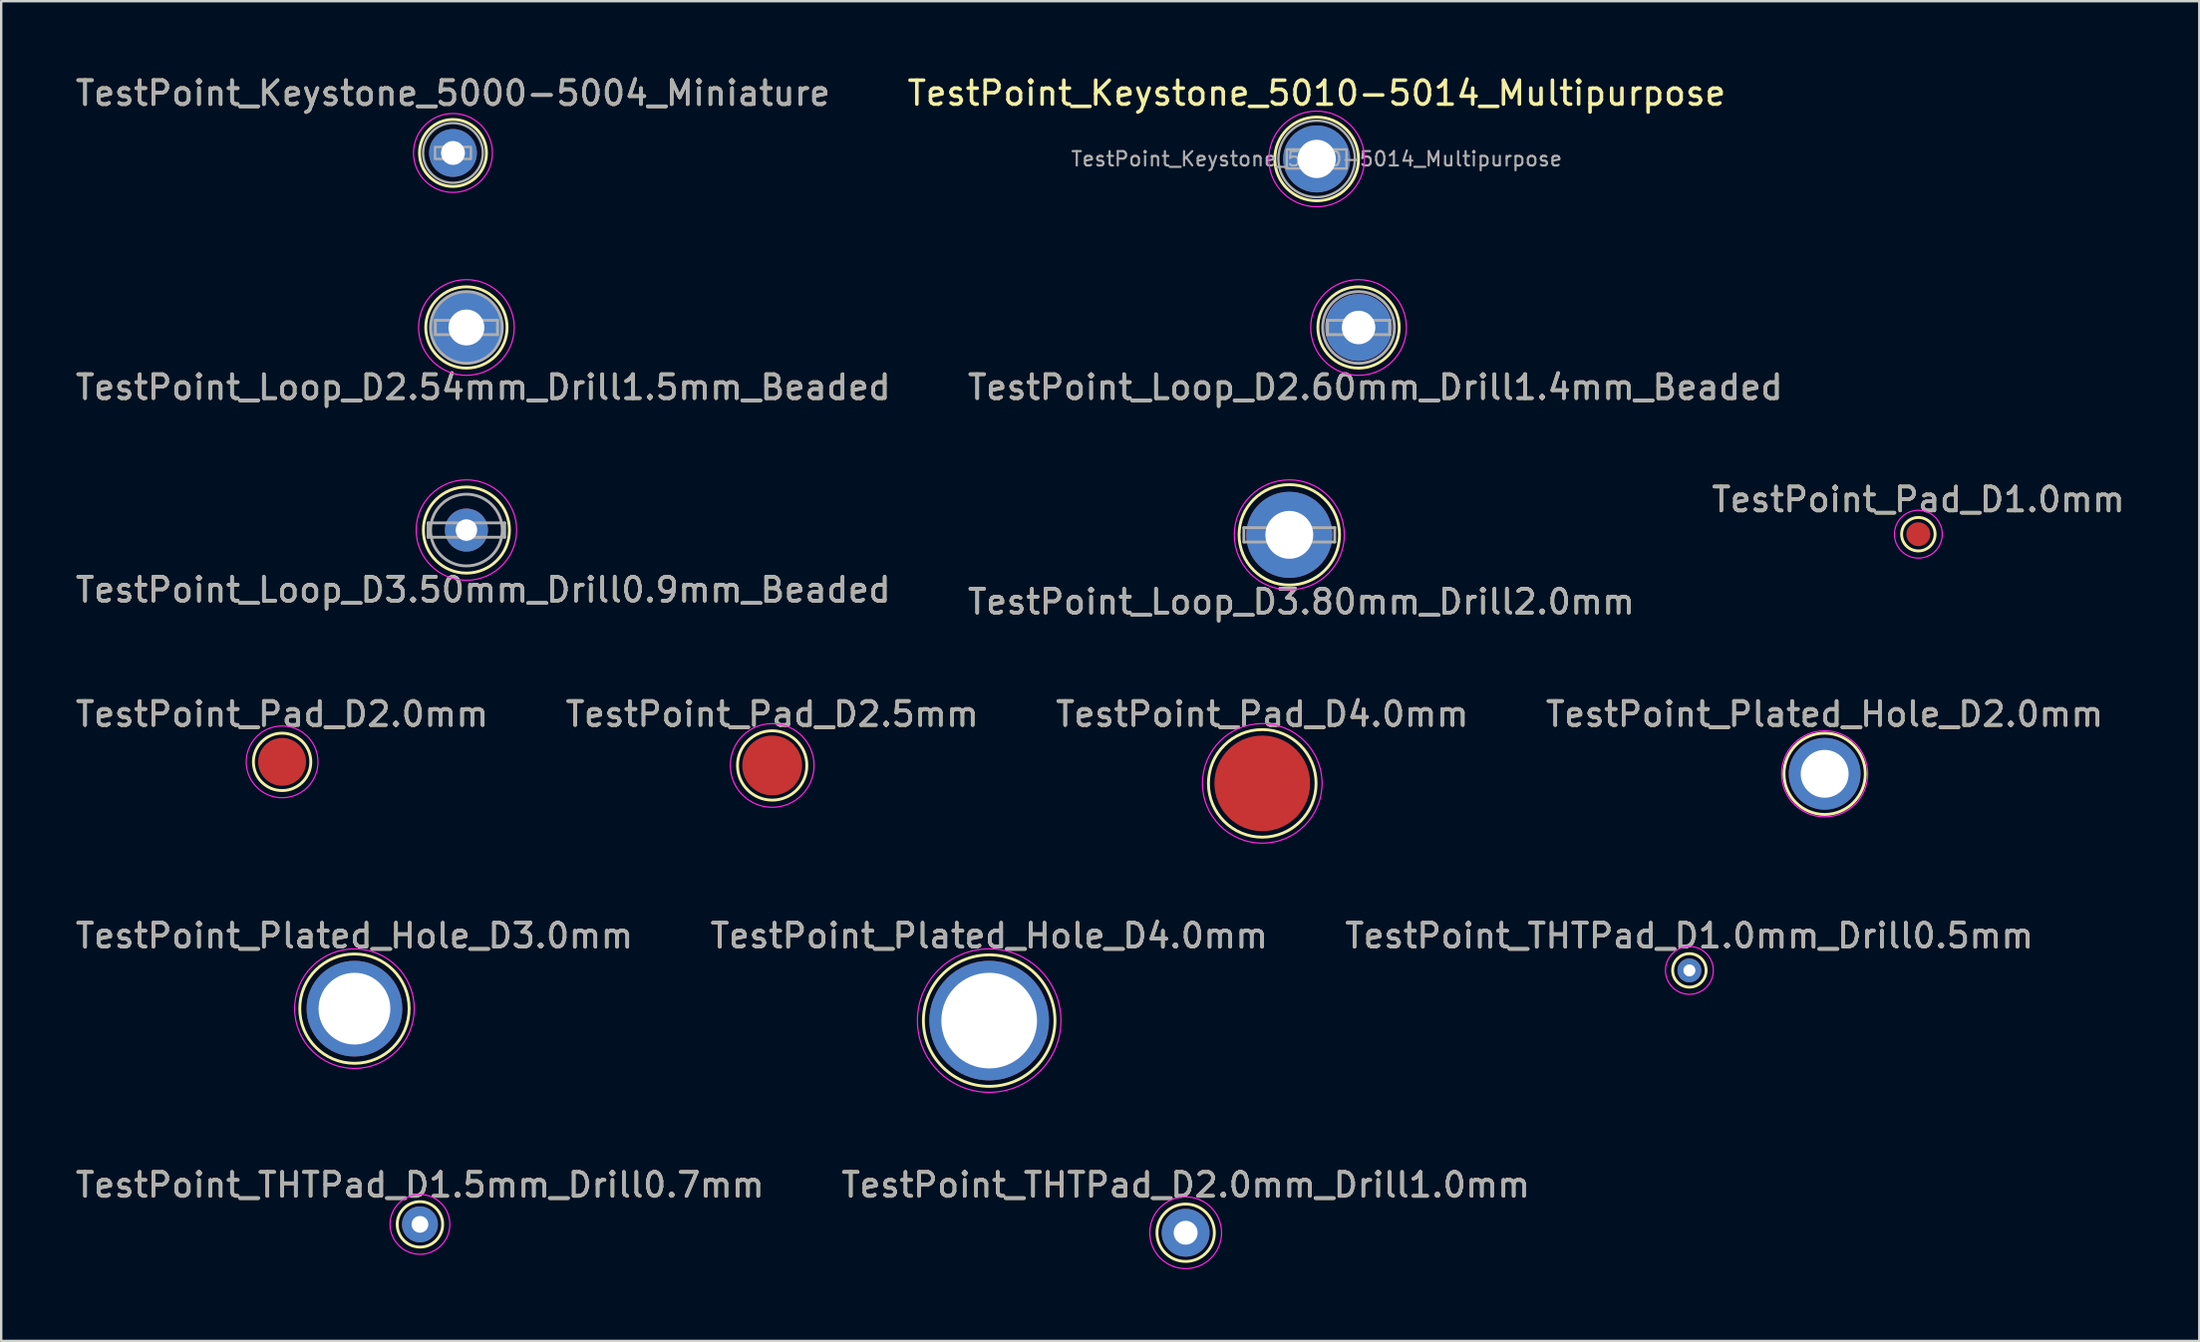
<source format=kicad_pcb>
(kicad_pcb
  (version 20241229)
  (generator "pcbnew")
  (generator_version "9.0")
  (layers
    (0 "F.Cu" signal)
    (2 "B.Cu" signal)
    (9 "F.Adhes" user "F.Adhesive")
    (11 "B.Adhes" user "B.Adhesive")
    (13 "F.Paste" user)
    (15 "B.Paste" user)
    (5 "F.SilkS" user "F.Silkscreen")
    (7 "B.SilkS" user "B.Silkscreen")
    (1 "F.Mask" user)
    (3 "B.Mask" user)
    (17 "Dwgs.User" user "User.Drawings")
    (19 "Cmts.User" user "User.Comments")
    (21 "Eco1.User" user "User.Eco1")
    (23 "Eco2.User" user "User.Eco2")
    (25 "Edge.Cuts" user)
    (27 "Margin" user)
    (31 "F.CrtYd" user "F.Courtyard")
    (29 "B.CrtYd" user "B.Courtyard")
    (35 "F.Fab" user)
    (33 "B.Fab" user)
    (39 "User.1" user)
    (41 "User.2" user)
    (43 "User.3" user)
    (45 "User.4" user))
  (footprint "TestPoint_Loop_D3.50mm_Drill0.9mm_Beaded"
    (layer "F.Cu")
    (at 16.449 19.122)
    (property "Reference" "TestPoint_Loop_D3.50mm_Drill0.9mm_Beaded" (at 0.7 2.5 0) (layer "F.SilkS") (effects (font (size 1 1) (thickness 0.15))))
    (attr through_hole)
    (fp_circle (center 0 0) (end 1.8 0) (stroke (width 0.12) (type solid)) (fill no) (layer "F.SilkS"))
    (fp_circle (center 0 0) (end 2.1 0) (stroke (width 0.05) (type solid)) (fill no) (layer "F.CrtYd"))
    (fp_line (start -1.6 -0.3) (end -1.6 0.3) (stroke (width 0.12) (type solid)) (layer "F.Fab"))
    (fp_line (start -1.6 0.3) (end 1.6 0.3) (stroke (width 0.12) (type solid)) (layer "F.Fab"))
    (fp_line (start 1.6 -0.3) (end -1.6 -0.3) (stroke (width 0.12) (type solid)) (layer "F.Fab"))
    (fp_line (start 1.6 0.3) (end 1.6 -0.3) (stroke (width 0.12) (type solid)) (layer "F.Fab"))
    (fp_circle (center 0 0) (end 1.5 0) (stroke (width 0.12) (type solid)) (fill no) (layer "F.Fab"))
    (fp_text user "${REFERENCE}" (at 0.7 2.5 0) (layer "F.Fab") (effects (font (size 1 1) (thickness 0.15))))
    (pad "1" thru_hole circle (at 0 0) (size 1.8 1.8) (drill 0.9) (layers "*.Cu" "*.Mask")))
  (footprint "TestPoint_Pad_D2.0mm"
    (layer "F.Cu")
    (at 8.744 28.818)
    (property "Reference" "TestPoint_Pad_D2.0mm" (at 0 -1.998 0) (layer "F.SilkS") (effects (font (size 1 1) (thickness 0.15))))
    (attr exclude_from_pos_files exclude_from_bom)
    (fp_circle (center 0 0) (end 0 1.2) (stroke (width 0.12) (type solid)) (fill no) (layer "F.SilkS"))
    (fp_circle (center 0 0) (end 1.5 0) (stroke (width 0.05) (type solid)) (fill no) (layer "F.CrtYd"))
    (fp_text user "${REFERENCE}" (at 0 -2 0) (layer "F.Fab") (effects (font (size 1 1) (thickness 0.15))))
    (pad "1" smd circle (at 0 0) (size 2 2) (layers "F.Cu" "F.Mask")))
  (footprint "TestPoint_Loop_D2.54mm_Drill1.5mm_Beaded"
    (layer "F.Cu")
    (at 16.449 10.648)
    (property "Reference" "TestPoint_Loop_D2.54mm_Drill1.5mm_Beaded" (at 0.7 2.5 0) (layer "F.SilkS") (effects (font (size 1 1) (thickness 0.15))))
    (attr through_hole)
    (fp_circle (center 0 0) (end 1.7 0) (stroke (width 0.12) (type solid)) (fill no) (layer "F.SilkS"))
    (fp_circle (center 0 0) (end 2 0) (stroke (width 0.05) (type solid)) (fill no) (layer "F.CrtYd"))
    (fp_line (start -1.3 -0.3) (end -1.3 0.3) (stroke (width 0.12) (type solid)) (layer "F.Fab"))
    (fp_line (start -1.3 0.3) (end 1.3 0.3) (stroke (width 0.12) (type solid)) (layer "F.Fab"))
    (fp_line (start 1.3 -0.3) (end -1.3 -0.3) (stroke (width 0.12) (type solid)) (layer "F.Fab"))
    (fp_line (start 1.3 0.3) (end 1.3 -0.3) (stroke (width 0.12) (type solid)) (layer "F.Fab"))
    (fp_circle (center 0 0) (end 1.5 0) (stroke (width 0.12) (type solid)) (fill no) (layer "F.Fab"))
    (fp_text user "${REFERENCE}" (at 0.7 2.5 0) (layer "F.Fab") (effects (font (size 1 1) (thickness 0.15))))
    (pad "1" thru_hole circle (at 0 0) (size 3 3) (drill 1.5) (layers "*.Cu" "*.Mask")))
  (footprint "TestPoint_Plated_Hole_D3.0mm"
    (layer "F.Cu")
    (at 11.768 39.141)
    (property "Reference" "TestPoint_Plated_Hole_D3.0mm" (at 0 -3.048 0) (layer "F.SilkS") (effects (font (size 1 1) (thickness 0.15))))
    (attr exclude_from_pos_files exclude_from_bom)
    (fp_circle (center 0 0) (end 0 -2.286) (stroke (width 0.12) (type solid)) (fill no) (layer "F.SilkS"))
    (fp_circle (center 0 0) (end 2.5 0) (stroke (width 0.05) (type solid)) (fill no) (layer "F.CrtYd"))
    (fp_text user "${REFERENCE}" (at 0 -3.05 0) (layer "F.Fab") (effects (font (size 1 1) (thickness 0.15))))
    (pad "1" thru_hole circle (at 0 0) (size 4 4) (drill 3) (layers "*.Cu" "*.Mask")))
  (footprint "TestPoint_Keystone_5000-5004_Miniature"
    (layer "F.Cu")
    (at 15.887 3.348)
    (property "Reference" "TestPoint_Keystone_5000-5004_Miniature" (at 0 -2.5 0) (layer "F.SilkS") (effects (font (size 1 1) (thickness 0.15))))
    (attr through_hole)
    (fp_circle (center 0 0) (end 1.4 0) (stroke (width 0.12) (type solid)) (fill no) (layer "F.SilkS"))
    (fp_circle (center 0 0) (end 1.65 0) (stroke (width 0.05) (type solid)) (fill no) (layer "F.CrtYd"))
    (fp_rect (start -0.75 -0.25) (end 0.75 0.25) (stroke (width 0.1) (type default)) (fill no) (layer "F.Fab"))
    (fp_circle (center 0 0) (end 1.25 0) (stroke (width 0.1) (type solid)) (fill no) (layer "F.Fab"))
    (fp_text user "${REFERENCE}" (at 0 -2.5 0) (layer "F.Fab") (effects (font (size 1 1) (thickness 0.15))))
    (pad "1" thru_hole circle (at 0 0) (size 2 2) (drill 1) (layers "*.Cu" "*.Mask")))
  (footprint "TestPoint_Loop_D2.60mm_Drill1.4mm_Beaded"
    (layer "F.Cu")
    (at 53.746 10.648)
    (property "Reference" "TestPoint_Loop_D2.60mm_Drill1.4mm_Beaded" (at 0.7 2.5 0) (layer "F.SilkS") (effects (font (size 1 1) (thickness 0.15))))
    (attr through_hole)
    (fp_circle (center 0 0) (end 1.7 0) (stroke (width 0.12) (type solid)) (fill no) (layer "F.SilkS"))
    (fp_circle (center 0 0) (end 2 0) (stroke (width 0.05) (type solid)) (fill no) (layer "F.CrtYd"))
    (fp_line (start -1.3 -0.3) (end -1.3 0.3) (stroke (width 0.12) (type solid)) (layer "F.Fab"))
    (fp_line (start -1.3 0.3) (end 1.3 0.3) (stroke (width 0.12) (type solid)) (layer "F.Fab"))
    (fp_line (start 1.3 -0.3) (end -1.3 -0.3) (stroke (width 0.12) (type solid)) (layer "F.Fab"))
    (fp_line (start 1.3 0.3) (end 1.3 -0.3) (stroke (width 0.12) (type solid)) (layer "F.Fab"))
    (fp_circle (center 0 0) (end 1.5 0) (stroke (width 0.12) (type solid)) (fill no) (layer "F.Fab"))
    (fp_text user "${REFERENCE}" (at 0.7 2.5 0) (layer "F.Fab") (effects (font (size 1 1) (thickness 0.15))))
    (pad "1" thru_hole circle (at 0 0) (size 2.8 2.8) (drill 1.4) (layers "*.Cu" "*.Mask")))
  (footprint "TestPoint_Pad_D2.5mm"
    (layer "F.Cu")
    (at 29.232 28.968)
    (property "Reference" "TestPoint_Pad_D2.5mm" (at 0 -2.148 0) (layer "F.SilkS") (effects (font (size 1 1) (thickness 0.15))))
    (attr exclude_from_pos_files exclude_from_bom)
    (fp_circle (center 0 0) (end 0 1.45) (stroke (width 0.12) (type solid)) (fill no) (layer "F.SilkS"))
    (fp_circle (center 0 0) (end 1.75 0) (stroke (width 0.05) (type solid)) (fill no) (layer "F.CrtYd"))
    (fp_text user "${REFERENCE}" (at 0 -2.15 0) (layer "F.Fab") (effects (font (size 1 1) (thickness 0.15))))
    (pad "1" smd circle (at 0 0) (size 2.5 2.5) (layers "F.Cu" "F.Mask")))
  (footprint "TestPoint_THTPad_D1.0mm_Drill0.5mm"
    (layer "F.Cu")
    (at 67.577 37.541)
    (property "Reference" "TestPoint_THTPad_D1.0mm_Drill0.5mm" (at 0 -1.448 0) (layer "F.SilkS") (effects (font (size 1 1) (thickness 0.15))))
    (attr exclude_from_pos_files exclude_from_bom)
    (fp_circle (center 0 0) (end 0 0.7) (stroke (width 0.12) (type solid)) (fill no) (layer "F.SilkS"))
    (fp_circle (center 0 0) (end 1 0) (stroke (width 0.05) (type solid)) (fill no) (layer "F.CrtYd"))
    (fp_text user "${REFERENCE}" (at 0 -1.45 0) (layer "F.Fab") (effects (font (size 1 1) (thickness 0.15))))
    (pad "1" thru_hole circle (at 0 0) (size 1 1) (drill 0.5) (layers "*.Cu" "*.Mask")))
  (footprint "TestPoint_Plated_Hole_D4.0mm"
    (layer "F.Cu")
    (at 38.304 39.641)
    (property "Reference" "TestPoint_Plated_Hole_D4.0mm" (at 0 -3.548 0) (layer "F.SilkS") (effects (font (size 1 1) (thickness 0.15))))
    (attr exclude_from_pos_files exclude_from_bom)
    (fp_circle (center 0 0) (end 0 2.75) (stroke (width 0.12) (type solid)) (fill no) (layer "F.SilkS"))
    (fp_circle (center 0 0) (end 3 0) (stroke (width 0.05) (type solid)) (fill no) (layer "F.CrtYd"))
    (fp_text user "${REFERENCE}" (at 0 -3.55 0) (layer "F.Fab") (effects (font (size 1 1) (thickness 0.15))))
    (pad "1" thru_hole circle (at 0 0) (size 5 5) (drill 4) (layers "*.Cu" "*.Mask")))
  (footprint "TestPoint_Keystone_5010-5014_Multipurpose"
    (layer "F.Cu")
    (at 51.994 3.598)
    (property "Reference" "TestPoint_Keystone_5010-5014_Multipurpose" (at 0 -2.75 0) (layer "F.SilkS") (effects (font (size 1 1) (thickness 0.15))))
    (attr through_hole)
    (fp_circle (center 0 0) (end 1.75 0) (stroke (width 0.12) (type solid)) (fill no) (layer "F.SilkS"))
    (fp_circle (center 0 0) (end 2 0) (stroke (width 0.05) (type solid)) (fill no) (layer "F.CrtYd"))
    (fp_rect (start -1.25 -0.4) (end 1.25 0.4) (stroke (width 0.1) (type default)) (fill no) (layer "F.Fab"))
    (fp_circle (center 0 0) (end 1.6 0) (stroke (width 0.1) (type solid)) (fill no) (layer "F.Fab"))
    (fp_text user "${REFERENCE}" (at 0 0 0) (layer "F.Fab") (effects (font (size 0.6 0.6) (thickness 0.09))))
    (pad "1" thru_hole circle (at 0 0) (size 2.8 2.8) (drill 1.6) (layers "*.Cu" "*.Mask")))
  (footprint "TestPoint_Pad_D4.0mm"
    (layer "F.Cu")
    (at 49.72 29.718)
    (property "Reference" "TestPoint_Pad_D4.0mm" (at 0 -2.898 0) (layer "F.SilkS") (effects (font (size 1 1) (thickness 0.15))))
    (attr exclude_from_pos_files exclude_from_bom)
    (fp_circle (center 0 0) (end 0 2.25) (stroke (width 0.12) (type solid)) (fill no) (layer "F.SilkS"))
    (fp_circle (center 0 0) (end 2.5 0) (stroke (width 0.05) (type solid)) (fill no) (layer "F.CrtYd"))
    (fp_text user "${REFERENCE}" (at 0 -2.9 0) (layer "F.Fab") (effects (font (size 1 1) (thickness 0.15))))
    (pad "1" smd circle (at 0 0) (size 4 4) (layers "F.Cu" "F.Mask")))
  (footprint "TestPoint_Pad_D1.0mm"
    (layer "F.Cu")
    (at 77.149 19.295)
    (property "Reference" "TestPoint_Pad_D1.0mm" (at 0 -1.448 0) (layer "F.SilkS") (effects (font (size 1 1) (thickness 0.15))))
    (attr exclude_from_pos_files exclude_from_bom)
    (fp_circle (center 0 0) (end 0 0.7) (stroke (width 0.12) (type solid)) (fill no) (layer "F.SilkS"))
    (fp_circle (center 0 0) (end 1 0) (stroke (width 0.05) (type solid)) (fill no) (layer "F.CrtYd"))
    (fp_text user "${REFERENCE}" (at 0 -1.45 0) (layer "F.Fab") (effects (font (size 1 1) (thickness 0.15))))
    (pad "1" smd circle (at 0 0) (size 1 1) (layers "F.Cu" "F.Mask")))
  (footprint "TestPoint_Plated_Hole_D2.0mm"
    (layer "F.Cu")
    (at 73.232 29.318)
    (property "Reference" "TestPoint_Plated_Hole_D2.0mm" (at 0 -2.498 0) (layer "F.SilkS") (effects (font (size 1 1) (thickness 0.15))))
    (attr exclude_from_pos_files exclude_from_bom)
    (fp_circle (center 0 0) (end 0 -1.7) (stroke (width 0.12) (type solid)) (fill no) (layer "F.SilkS"))
    (fp_circle (center 0 0) (end 1.8 0) (stroke (width 0.05) (type solid)) (fill no) (layer "F.CrtYd"))
    (fp_text user "${REFERENCE}" (at 0 -2.5 0) (layer "F.Fab") (effects (font (size 1 1) (thickness 0.15))))
    (pad "1" thru_hole circle (at 0 0) (size 3 3) (drill 2) (layers "*.Cu" "*.Mask")))
  (footprint "TestPoint_Loop_D3.80mm_Drill2.0mm"
    (layer "F.Cu")
    (at 50.851 19.322)
    (property "Reference" "TestPoint_Loop_D3.80mm_Drill2.0mm" (at 0.5 2.8 0) (layer "F.SilkS") (effects (font (size 1 1) (thickness 0.15))))
    (attr through_hole)
    (fp_circle (center 0 0) (end 2.1 0) (stroke (width 0.12) (type solid)) (fill no) (layer "F.SilkS"))
    (fp_circle (center 0 0) (end 2.3 0) (stroke (width 0.05) (type solid)) (fill no) (layer "F.CrtYd"))
    (fp_line (start -1.9 -0.3) (end -1.9 0.3) (stroke (width 0.12) (type solid)) (layer "F.Fab"))
    (fp_line (start -1.9 0.3) (end 1.9 0.3) (stroke (width 0.12) (type solid)) (layer "F.Fab"))
    (fp_line (start 1.9 -0.3) (end -1.9 -0.3) (stroke (width 0.12) (type solid)) (layer "F.Fab"))
    (fp_line (start 1.9 0.3) (end 1.9 -0.3) (stroke (width 0.12) (type solid)) (layer "F.Fab"))
    (fp_text user "${REFERENCE}" (at 0.5 2.8 0) (layer "F.Fab") (effects (font (size 1 1) (thickness 0.15))))
    (pad "1" thru_hole circle (at 0 0) (size 3.6 3.6) (drill 2) (layers "*.Cu" "*.Mask")))
  (footprint "TestPoint_THTPad_D1.5mm_Drill0.7mm"
    (layer "F.Cu")
    (at 14.506 48.164)
    (property "Reference" "TestPoint_THTPad_D1.5mm_Drill0.7mm" (at 0 -1.648 0) (layer "F.SilkS") (effects (font (size 1 1) (thickness 0.15))))
    (attr exclude_from_pos_files exclude_from_bom)
    (fp_circle (center 0 0) (end 0 0.95) (stroke (width 0.12) (type solid)) (fill no) (layer "F.SilkS"))
    (fp_circle (center 0 0) (end 1.25 0) (stroke (width 0.05) (type solid)) (fill no) (layer "F.CrtYd"))
    (fp_text user "${REFERENCE}" (at 0 -1.65 0) (layer "F.Fab") (effects (font (size 1 1) (thickness 0.15))))
    (pad "1" thru_hole circle (at 0 0) (size 1.5 1.5) (drill 0.7) (layers "*.Cu" "*.Mask")))
  (footprint "TestPoint_THTPad_D2.0mm_Drill1.0mm"
    (layer "F.Cu")
    (at 46.518 48.514)
    (property "Reference" "TestPoint_THTPad_D2.0mm_Drill1.0mm" (at 0 -1.998 0) (layer "F.SilkS") (effects (font (size 1 1) (thickness 0.15))))
    (attr exclude_from_pos_files exclude_from_bom)
    (fp_circle (center 0 0) (end 0 1.2) (stroke (width 0.12) (type solid)) (fill no) (layer "F.SilkS"))
    (fp_circle (center 0 0) (end 1.5 0) (stroke (width 0.05) (type solid)) (fill no) (layer "F.CrtYd"))
    (fp_text user "${REFERENCE}" (at 0 -2 0) (layer "F.Fab") (effects (font (size 1 1) (thickness 0.15))))
    (pad "1" thru_hole circle (at 0 0) (size 2 2) (drill 1) (layers "*.Cu" "*.Mask")))
  (gr_rect
    (start -3 -3)
    (end 88.893 53.039)
    (stroke (width 0.1) (type default))
    (fill no)
    (layer "Edge.Cuts")))
</source>
